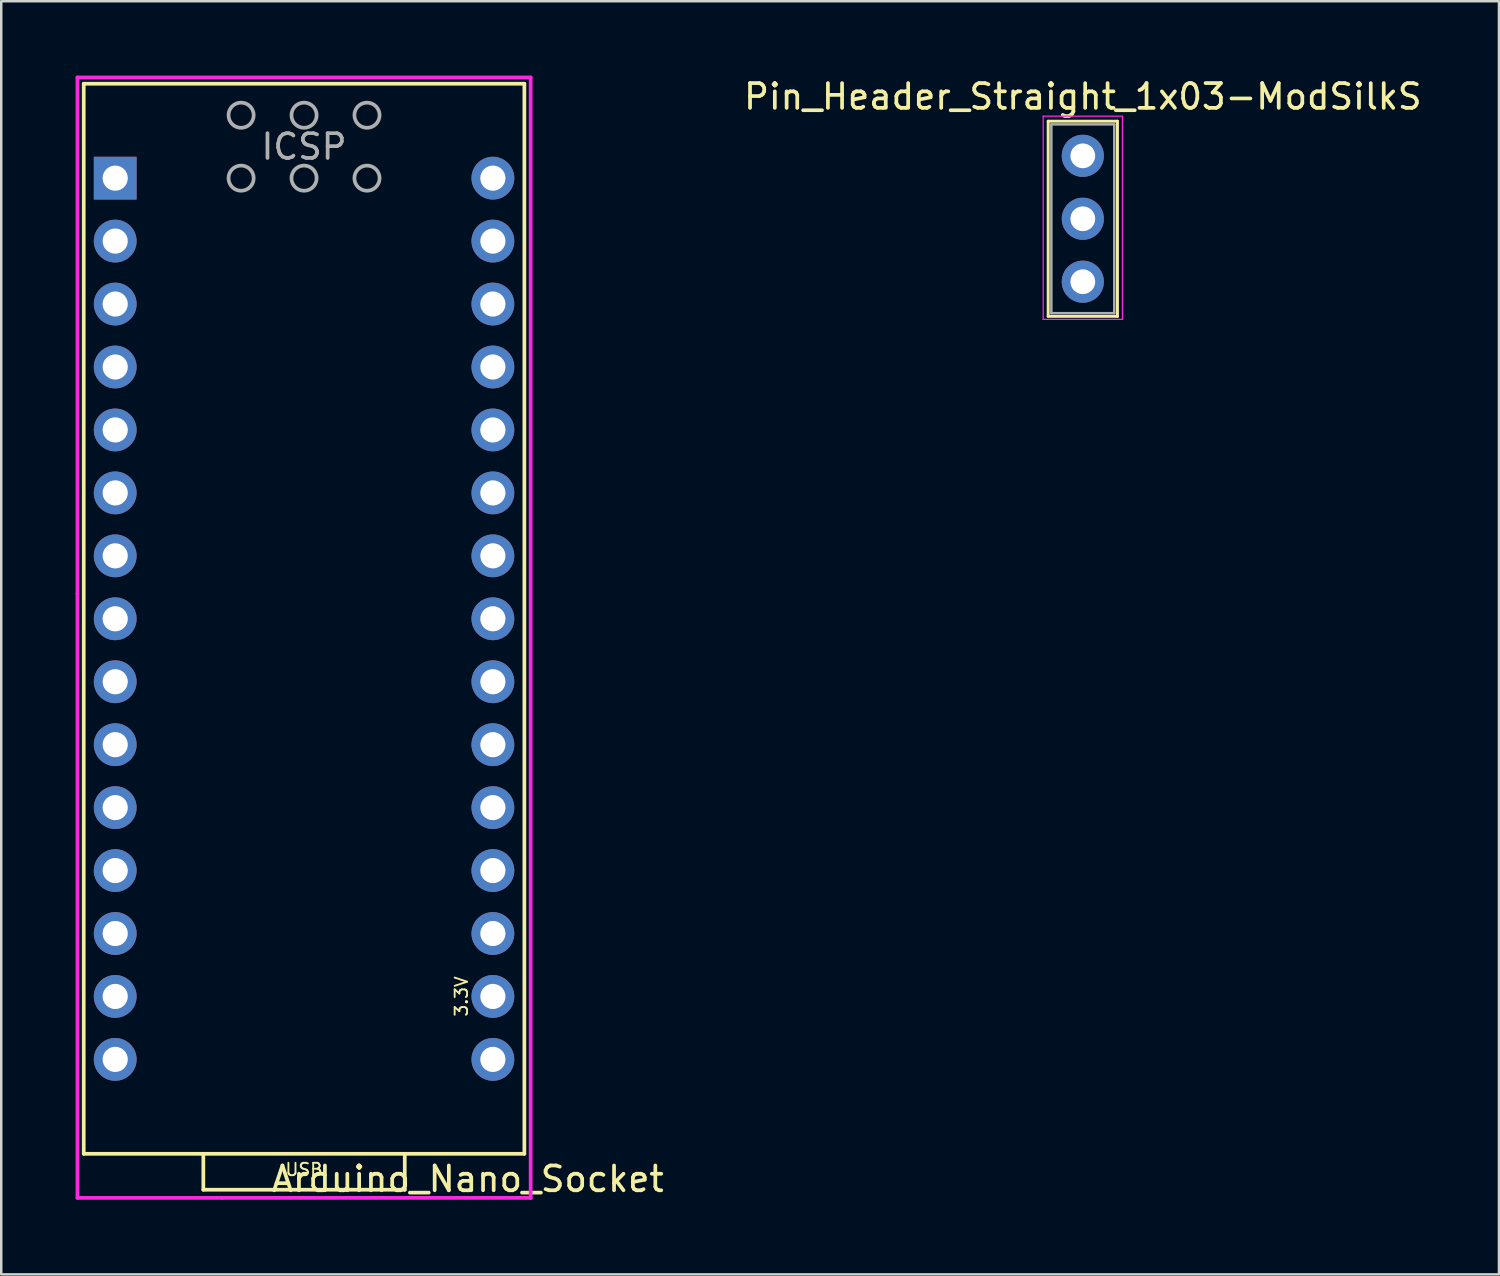
<source format=kicad_pcb>
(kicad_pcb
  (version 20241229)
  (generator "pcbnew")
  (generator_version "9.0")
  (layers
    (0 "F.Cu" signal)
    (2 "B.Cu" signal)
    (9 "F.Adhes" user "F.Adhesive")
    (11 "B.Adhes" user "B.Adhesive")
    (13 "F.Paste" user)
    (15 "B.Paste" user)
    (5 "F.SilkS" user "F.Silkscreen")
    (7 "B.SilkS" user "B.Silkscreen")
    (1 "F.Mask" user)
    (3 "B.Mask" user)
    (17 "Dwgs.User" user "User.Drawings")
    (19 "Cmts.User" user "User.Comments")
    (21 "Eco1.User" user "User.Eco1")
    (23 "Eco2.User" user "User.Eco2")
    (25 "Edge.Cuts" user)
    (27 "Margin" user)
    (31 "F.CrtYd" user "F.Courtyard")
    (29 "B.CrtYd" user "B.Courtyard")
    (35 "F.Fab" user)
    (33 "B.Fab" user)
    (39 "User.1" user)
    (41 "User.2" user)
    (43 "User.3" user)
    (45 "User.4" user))
  (footprint "Arduino_Nano_Socket"
    (layer "F.Cu")
    (at 9.219 43.509)
    (property "Reference" "Arduino_Nano_Socket" (at 6.604 1.016 0) (layer "F.SilkS") (effects (font (size 1 1) (thickness 0.15))))
    (attr through_hole)
    (fp_line (start -8.89 -43.18) (end -8.89 0) (stroke (width 0.15) (type solid)) (layer "F.SilkS"))
    (fp_line (start -8.89 -43.18) (end 8.89 -43.18) (stroke (width 0.15) (type solid)) (layer "F.SilkS"))
    (fp_line (start -8.89 0) (end 8.89 0) (stroke (width 0.15) (type solid)) (layer "F.SilkS"))
    (fp_line (start -4.064 0) (end -4.064 1.45) (stroke (width 0.15) (type solid)) (layer "F.SilkS"))
    (fp_line (start -4.064 1.45) (end 4.064 1.45) (stroke (width 0.15) (type solid)) (layer "F.SilkS"))
    (fp_line (start 4.064 1.45) (end 4.064 0) (stroke (width 0.15) (type solid)) (layer "F.SilkS"))
    (fp_line (start 8.89 -43.18) (end 8.89 0) (stroke (width 0.15) (type solid)) (layer "F.SilkS"))
    (fp_line (start -9.144 -43.434) (end 9.144 -43.434) (stroke (width 0.15) (type solid)) (layer "F.CrtYd"))
    (fp_line (start -9.144 -22.606) (end -9.144 -43.434) (stroke (width 0.15) (type solid)) (layer "F.CrtYd"))
    (fp_line (start -9.144 1.778) (end -9.144 -22.606) (stroke (width 0.15) (type solid)) (layer "F.CrtYd"))
    (fp_line (start -3.302 1.778) (end -9.144 1.778) (stroke (width 0.15) (type solid)) (layer "F.CrtYd"))
    (fp_line (start 9.144 -43.434) (end 9.144 1.778) (stroke (width 0.15) (type solid)) (layer "F.CrtYd"))
    (fp_line (start 9.144 1.778) (end -3.302 1.778) (stroke (width 0.15) (type solid)) (layer "F.CrtYd"))
    (fp_circle (center -2.54 -41.91) (end -2.032 -41.91) (stroke (width 0.15) (type solid)) (fill no) (layer "F.Fab"))
    (fp_circle (center -2.54 -39.37) (end -2.032 -39.37) (stroke (width 0.15) (type solid)) (fill no) (layer "F.Fab"))
    (fp_circle (center 0 -41.91) (end 0.508 -41.91) (stroke (width 0.15) (type solid)) (fill no) (layer "F.Fab"))
    (fp_circle (center 0 -39.37) (end 0.508 -39.37) (stroke (width 0.15) (type solid)) (fill no) (layer "F.Fab"))
    (fp_circle (center 2.54 -41.91) (end 3.048 -41.91) (stroke (width 0.15) (type solid)) (fill no) (layer "F.Fab"))
    (fp_circle (center 2.54 -39.37) (end 3.048 -39.37) (stroke (width 0.15) (type solid)) (fill no) (layer "F.Fab"))
    (fp_text user "3.3V" (at 6.35 -6.35 90) (layer "F.SilkS") (effects (font (size 0.5 0.5) (thickness 0.075))))
    (fp_text user "USB" (at 0 0.635 0) (layer "F.SilkS") (effects (font (size 0.5 0.5) (thickness 0.075))))
    (fp_text user "ICSP" (at 0 -40.64 0) (layer "F.Fab") (effects (font (size 1 1) (thickness 0.15))))
    (pad "3V3" thru_hole circle (at 7.62 -6.35) (size 1.727 1.727) (drill 1.016) (layers "*.Cu" "*.Mask"))
    (pad "5V" thru_hole circle (at 7.62 -31.75) (size 1.727 1.727) (drill 1.016) (layers "*.Cu" "*.Mask"))
    (pad "A0" thru_hole circle (at 7.62 -11.43) (size 1.727 1.727) (drill 1.016) (layers "*.Cu" "*.Mask"))
    (pad "A1" thru_hole circle (at 7.62 -13.97) (size 1.727 1.727) (drill 1.016) (layers "*.Cu" "*.Mask"))
    (pad "A2" thru_hole circle (at 7.62 -16.51) (size 1.727 1.727) (drill 1.016) (layers "*.Cu" "*.Mask"))
    (pad "A3" thru_hole circle (at 7.62 -19.05) (size 1.727 1.727) (drill 1.016) (layers "*.Cu" "*.Mask"))
    (pad "A4" thru_hole circle (at 7.62 -21.59) (size 1.727 1.727) (drill 1.016) (layers "*.Cu" "*.Mask"))
    (pad "A5" thru_hole circle (at 7.62 -24.13) (size 1.727 1.727) (drill 1.016) (layers "*.Cu" "*.Mask"))
    (pad "A6" thru_hole circle (at 7.62 -26.67) (size 1.727 1.727) (drill 1.016) (layers "*.Cu" "*.Mask"))
    (pad "A7" thru_hole circle (at 7.62 -29.21) (size 1.727 1.727) (drill 1.016) (layers "*.Cu" "*.Mask"))
    (pad "AREF" thru_hole circle (at 7.62 -8.89) (size 1.727 1.727) (drill 1.016) (layers "*.Cu" "*.Mask"))
    (pad "D0" thru_hole circle (at -7.62 -36.83) (size 1.727 1.727) (drill 1.016) (layers "*.Cu" "*.Mask"))
    (pad "D1" thru_hole rect (at -7.62 -39.37) (size 1.727 1.727) (drill 1.016) (layers "*.Cu" "*.Mask"))
    (pad "D2" thru_hole circle (at -7.62 -29.21) (size 1.727 1.727) (drill 1.016) (layers "*.Cu" "*.Mask"))
    (pad "D3" thru_hole circle (at -7.62 -26.67) (size 1.727 1.727) (drill 1.016) (layers "*.Cu" "*.Mask"))
    (pad "D4" thru_hole circle (at -7.62 -24.13) (size 1.727 1.727) (drill 1.016) (layers "*.Cu" "*.Mask"))
    (pad "D5" thru_hole circle (at -7.62 -21.59) (size 1.727 1.727) (drill 1.016) (layers "*.Cu" "*.Mask"))
    (pad "D6" thru_hole circle (at -7.62 -19.05) (size 1.727 1.727) (drill 1.016) (layers "*.Cu" "*.Mask"))
    (pad "D7" thru_hole circle (at -7.62 -16.51) (size 1.727 1.727) (drill 1.016) (layers "*.Cu" "*.Mask"))
    (pad "D8" thru_hole circle (at -7.62 -13.97) (size 1.727 1.727) (drill 1.016) (layers "*.Cu" "*.Mask"))
    (pad "D9" thru_hole circle (at -7.62 -11.43) (size 1.727 1.727) (drill 1.016) (layers "*.Cu" "*.Mask"))
    (pad "D10" thru_hole circle (at -7.62 -8.89) (size 1.727 1.727) (drill 1.016) (layers "*.Cu" "*.Mask"))
    (pad "D11" thru_hole circle (at -7.62 -6.35) (size 1.727 1.727) (drill 1.016) (layers "*.Cu" "*.Mask"))
    (pad "D12" thru_hole circle (at -7.62 -3.81) (size 1.727 1.727) (drill 1.016) (layers "*.Cu" "*.Mask"))
    (pad "D13" thru_hole circle (at 7.62 -3.81) (size 1.727 1.727) (drill 1.016) (layers "*.Cu" "*.Mask"))
    (pad "GND1" thru_hole circle (at -7.62 -31.75) (size 1.727 1.727) (drill 1.016) (layers "*.Cu" "*.Mask"))
    (pad "GND2" thru_hole circle (at 7.62 -36.83) (size 1.727 1.727) (drill 1.016) (layers "*.Cu" "*.Mask"))
    (pad "RST1" thru_hole circle (at -7.62 -34.29) (size 1.727 1.727) (drill 1.016) (layers "*.Cu" "*.Mask"))
    (pad "RST2" thru_hole circle (at 7.62 -34.29) (size 1.727 1.727) (drill 1.016) (layers "*.Cu" "*.Mask"))
    (pad "VIN" thru_hole circle (at 7.62 -39.37) (size 1.727 1.727) (drill 1.016) (layers "*.Cu" "*.Mask")))
  (footprint "Pin_Header_Straight_1x03-ModSilkS"
    (layer "F.Cu")
    (at 40.644 3.238)
    (property "Reference" "Pin_Header_Straight_1x03-ModSilkS" (at 0 -2.39 0) (layer "F.SilkS") (effects (font (size 1 1) (thickness 0.15))))
    (attr through_hole)
    (fp_line (start -1.397 -1.397) (end -1.397 6.477) (stroke (width 0.12) (type solid)) (layer "F.SilkS"))
    (fp_line (start -1.397 6.477) (end 1.397 6.477) (stroke (width 0.12) (type solid)) (layer "F.SilkS"))
    (fp_line (start 1.397 -1.397) (end -1.397 -1.397) (stroke (width 0.12) (type solid)) (layer "F.SilkS"))
    (fp_line (start 1.397 6.477) (end 1.397 -1.397) (stroke (width 0.12) (type solid)) (layer "F.SilkS"))
    (fp_line (start -1.6 -1.6) (end -1.6 6.6) (stroke (width 0.05) (type solid)) (layer "F.CrtYd"))
    (fp_line (start -1.6 6.6) (end 1.6 6.6) (stroke (width 0.05) (type solid)) (layer "F.CrtYd"))
    (fp_line (start 1.6 -1.6) (end -1.6 -1.6) (stroke (width 0.05) (type solid)) (layer "F.CrtYd"))
    (fp_line (start 1.6 6.6) (end 1.6 -1.6) (stroke (width 0.05) (type solid)) (layer "F.CrtYd"))
    (fp_line (start -1.27 -1.27) (end -1.27 6.35) (stroke (width 0.1) (type solid)) (layer "F.Fab"))
    (fp_line (start -1.27 6.35) (end 1.27 6.35) (stroke (width 0.1) (type solid)) (layer "F.Fab"))
    (fp_line (start 1.27 -1.27) (end -1.27 -1.27) (stroke (width 0.1) (type solid)) (layer "F.Fab"))
    (fp_line (start 1.27 6.35) (end 1.27 -1.27) (stroke (width 0.1) (type solid)) (layer "F.Fab"))
    (pad "1" thru_hole circle (at 0 0) (size 1.7 1.7) (drill 1) (layers "*.Cu" "*.Mask"))
    (pad "2" thru_hole oval (at 0 2.54) (size 1.7 1.7) (drill 1) (layers "*.Cu" "*.Mask"))
    (pad "3" thru_hole oval (at 0 5.08) (size 1.7 1.7) (drill 1) (layers "*.Cu" "*.Mask")))
  (gr_rect
    (start -3 -3)
    (end 57.436 48.373)
    (stroke (width 0.1) (type default))
    (fill no)
    (layer "Edge.Cuts")))
</source>
